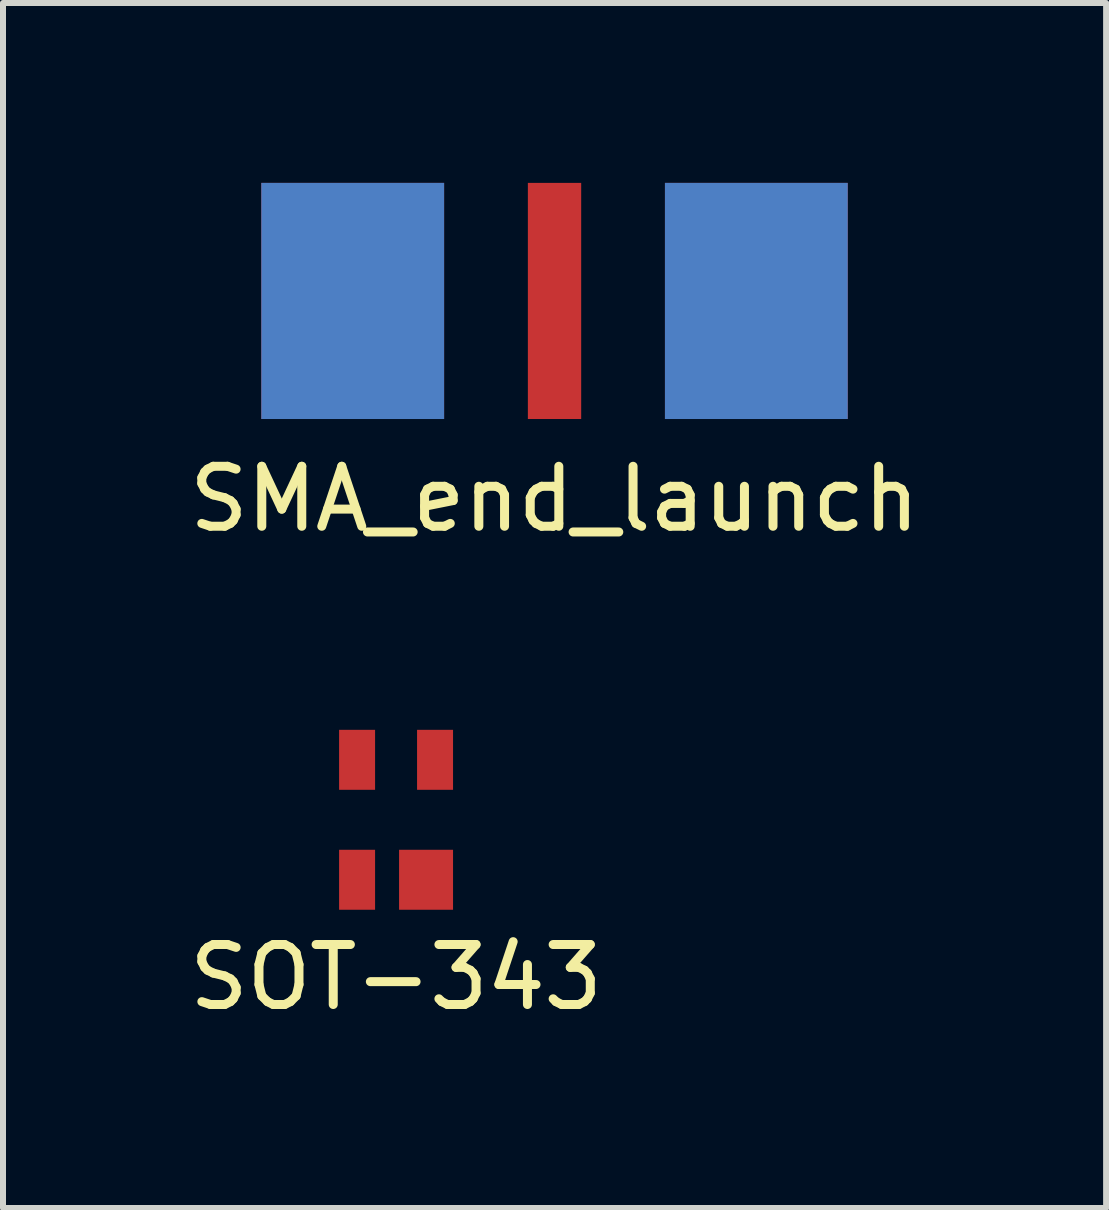
<source format=kicad_pcb>
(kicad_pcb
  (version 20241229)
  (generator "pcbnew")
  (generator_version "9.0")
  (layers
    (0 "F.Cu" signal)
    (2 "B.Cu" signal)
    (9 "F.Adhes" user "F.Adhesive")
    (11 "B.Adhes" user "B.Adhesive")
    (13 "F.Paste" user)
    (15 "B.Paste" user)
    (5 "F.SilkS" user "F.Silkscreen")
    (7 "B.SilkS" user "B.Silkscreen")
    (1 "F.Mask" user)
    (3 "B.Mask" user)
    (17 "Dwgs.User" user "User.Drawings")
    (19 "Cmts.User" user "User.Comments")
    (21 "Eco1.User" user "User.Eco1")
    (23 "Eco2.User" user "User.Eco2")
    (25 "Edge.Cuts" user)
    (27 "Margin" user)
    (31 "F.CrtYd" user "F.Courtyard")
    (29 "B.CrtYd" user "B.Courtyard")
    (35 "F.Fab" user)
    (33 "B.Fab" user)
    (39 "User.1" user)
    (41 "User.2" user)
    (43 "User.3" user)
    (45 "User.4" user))
  (footprint "SMA_end_launch"
    (layer "F.Cu")
    (at 6.196 1.968)
    (property "Reference" "SMA_end_launch" (at 0 3.302 0) (layer "F.SilkS") (effects (font (size 1 1) (thickness 0.15))))
    (attr through_hole)
    (pad "1" smd rect (at 0 0) (size 0.889 3.937) (layers "F.Cu" "F.Mask" "F.Paste"))
    (pad "2" smd rect (at -3.365 0) (size 3.048 3.937) (layers "F.Cu" "F.Mask" "F.Paste"))
    (pad "2" smd rect (at -3.365 0) (size 3.048 3.937) (layers "B.Cu" "B.Mask" "B.Paste"))
    (pad "2" smd rect (at 3.365 0) (size 3.048 3.937) (layers "F.Cu" "F.Mask" "F.Paste"))
    (pad "2" smd rect (at 3.365 0) (size 3.048 3.937) (layers "B.Cu" "B.Mask" "B.Paste")))
  (footprint "SOT-343"
    (layer "F.Cu")
    (at 3.554 10.619)
    (property "Reference" "SOT-343" (at 0 2.625 0) (layer "F.SilkS") (effects (font (size 1 1) (thickness 0.15))))
    (attr through_hole)
    (pad "1" smd rect (at -0.65 1) (size 0.6 1) (layers "F.Cu" "F.Mask" "F.Paste"))
    (pad "2" smd rect (at 0.5 1) (size 0.9 1) (layers "F.Cu" "F.Mask" "F.Paste"))
    (pad "3" smd rect (at 0.65 -1) (size 0.6 1) (layers "F.Cu" "F.Mask" "F.Paste"))
    (pad "4" smd rect (at -0.65 -1) (size 0.6 1) (layers "F.Cu" "F.Mask" "F.Paste")))
  (gr_rect
    (start -3 -3)
    (end 15.393 17.092)
    (stroke (width 0.1) (type default))
    (fill no)
    (layer "Edge.Cuts")))
</source>
